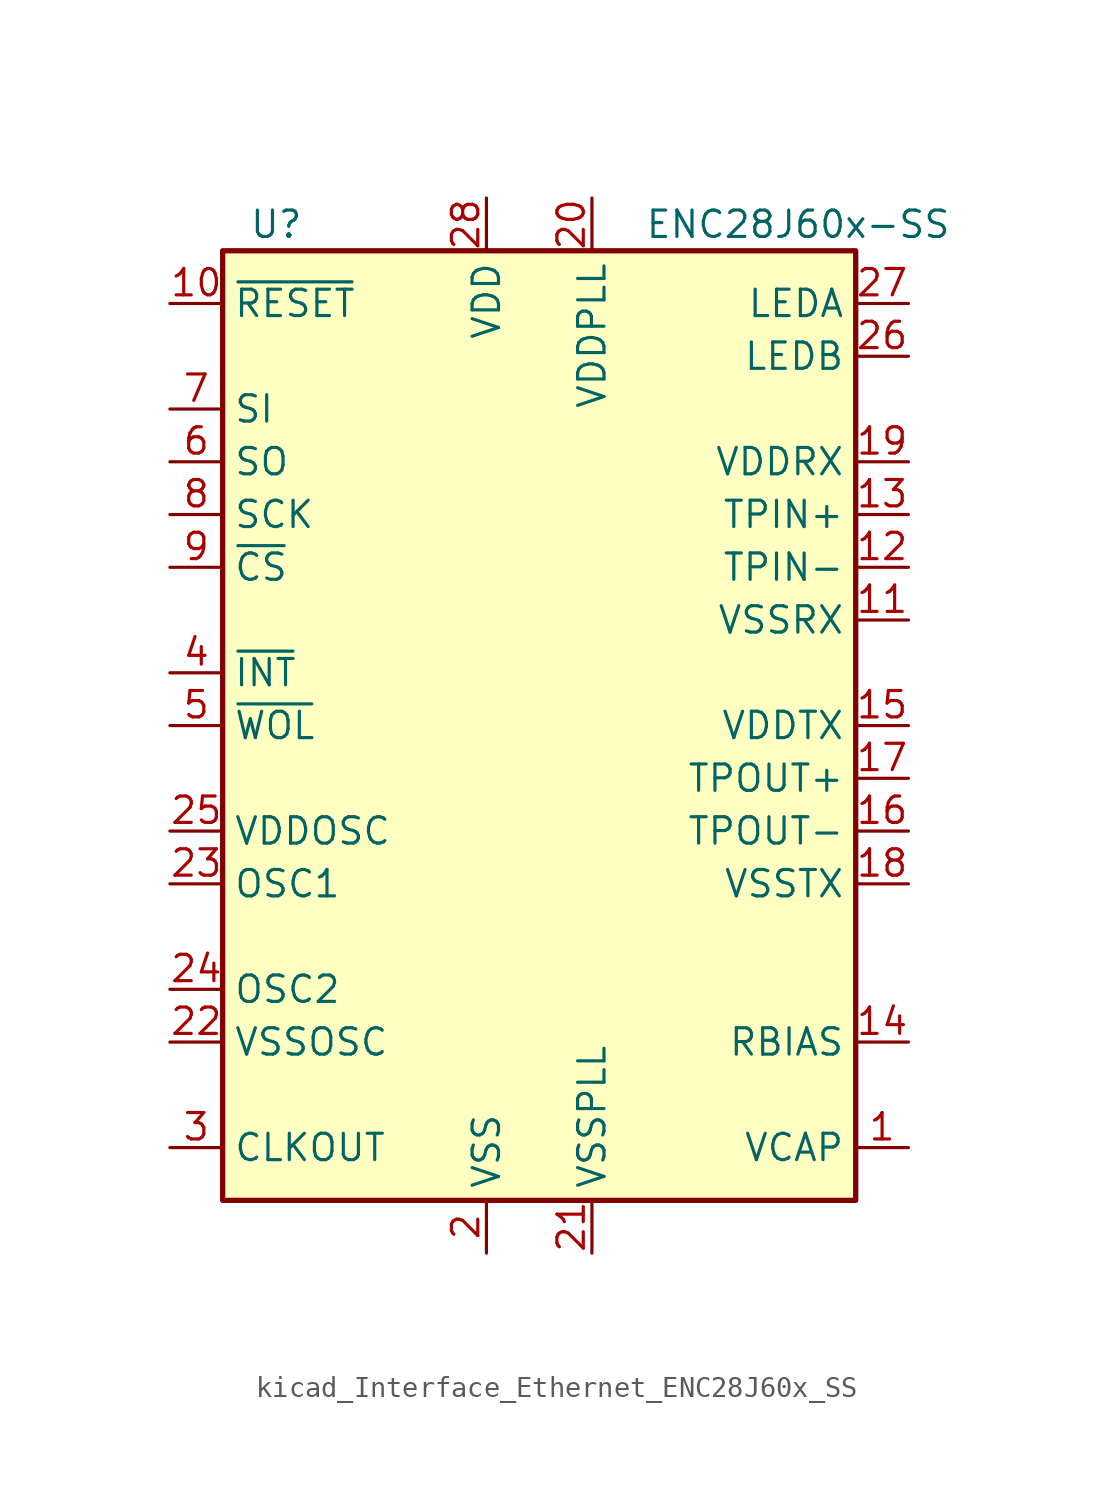
<source format=kicad_sym>
(kicad_symbol_lib
  (version 20220914)
  (generator kicad_symbol_editor)
  (symbol "kicad_Interface_Ethernet_ENC28J60x_SS"
    (property "Reference" "U"
      (at -13.97 24.13 0)
      (effects (font (size 1.27 1.27)) (justify left)))
    (property "Value" "ENC28J60x-SS"
      (at 5.08 24.13 0)
      (effects (font (size 1.27 1.27)) (justify left)))
    (symbol "kicad_Interface_Ethernet_ENC28J60x_SS_0_1"
      (rectangle (start -15.24 22.86) (end 15.24 -22.86) (stroke (width 0.254) (type default)) (fill (type background))))
    (symbol "kicad_Interface_Ethernet_ENC28J60x_SS_1_1"
      (pin input line (at 17.78 -20.32 180) (length 2.54) (name "VCAP" (effects (font (size 1.27 1.27)))) (number "1" (effects (font (size 1.27 1.27)))))
      (pin input line (at -17.78 20.32 0) (length 2.54) (name "~{RESET}" (effects (font (size 1.27 1.27)))) (number "10" (effects (font (size 1.27 1.27)))))
      (pin power_in line (at 17.78 5.08 180) (length 2.54) (name "VSSRX" (effects (font (size 1.27 1.27)))) (number "11" (effects (font (size 1.27 1.27)))))
      (pin input line (at 17.78 7.62 180) (length 2.54) (name "TPIN-" (effects (font (size 1.27 1.27)))) (number "12" (effects (font (size 1.27 1.27)))))
      (pin input line (at 17.78 10.16 180) (length 2.54) (name "TPIN+" (effects (font (size 1.27 1.27)))) (number "13" (effects (font (size 1.27 1.27)))))
      (pin input line (at 17.78 -15.24 180) (length 2.54) (name "RBIAS" (effects (font (size 1.27 1.27)))) (number "14" (effects (font (size 1.27 1.27)))))
      (pin power_in line (at 17.78 0 180) (length 2.54) (name "VDDTX" (effects (font (size 1.27 1.27)))) (number "15" (effects (font (size 1.27 1.27)))))
      (pin output line (at 17.78 -5.08 180) (length 2.54) (name "TPOUT-" (effects (font (size 1.27 1.27)))) (number "16" (effects (font (size 1.27 1.27)))))
      (pin output line (at 17.78 -2.54 180) (length 2.54) (name "TPOUT+" (effects (font (size 1.27 1.27)))) (number "17" (effects (font (size 1.27 1.27)))))
      (pin power_in line (at 17.78 -7.62 180) (length 2.54) (name "VSSTX" (effects (font (size 1.27 1.27)))) (number "18" (effects (font (size 1.27 1.27)))))
      (pin power_in line (at 17.78 12.7 180) (length 2.54) (name "VDDRX" (effects (font (size 1.27 1.27)))) (number "19" (effects (font (size 1.27 1.27)))))
      (pin power_in line (at -2.54 -25.4 90) (length 2.54) (name "VSS" (effects (font (size 1.27 1.27)))) (number "2" (effects (font (size 1.27 1.27)))))
      (pin power_in line (at 2.54 25.4 270) (length 2.54) (name "VDDPLL" (effects (font (size 1.27 1.27)))) (number "20" (effects (font (size 1.27 1.27)))))
      (pin power_in line (at 2.54 -25.4 90) (length 2.54) (name "VSSPLL" (effects (font (size 1.27 1.27)))) (number "21" (effects (font (size 1.27 1.27)))))
      (pin power_in line (at -17.78 -15.24 0) (length 2.54) (name "VSSOSC" (effects (font (size 1.27 1.27)))) (number "22" (effects (font (size 1.27 1.27)))))
      (pin input line (at -17.78 -7.62 0) (length 2.54) (name "OSC1" (effects (font (size 1.27 1.27)))) (number "23" (effects (font (size 1.27 1.27)))))
      (pin input line (at -17.78 -12.7 0) (length 2.54) (name "OSC2" (effects (font (size 1.27 1.27)))) (number "24" (effects (font (size 1.27 1.27)))))
      (pin power_in line (at -17.78 -5.08 0) (length 2.54) (name "VDDOSC" (effects (font (size 1.27 1.27)))) (number "25" (effects (font (size 1.27 1.27)))))
      (pin output line (at 17.78 17.78 180) (length 2.54) (name "LEDB" (effects (font (size 1.27 1.27)))) (number "26" (effects (font (size 1.27 1.27)))))
      (pin output line (at 17.78 20.32 180) (length 2.54) (name "LEDA" (effects (font (size 1.27 1.27)))) (number "27" (effects (font (size 1.27 1.27)))))
      (pin power_in line (at -2.54 25.4 270) (length 2.54) (name "VDD" (effects (font (size 1.27 1.27)))) (number "28" (effects (font (size 1.27 1.27)))))
      (pin output line (at -17.78 -20.32 0) (length 2.54) (name "CLKOUT" (effects (font (size 1.27 1.27)))) (number "3" (effects (font (size 1.27 1.27)))))
      (pin output line (at -17.78 2.54 0) (length 2.54) (name "~{INT}" (effects (font (size 1.27 1.27)))) (number "4" (effects (font (size 1.27 1.27)))))
      (pin output line (at -17.78 0 0) (length 2.54) (name "~{WOL}" (effects (font (size 1.27 1.27)))) (number "5" (effects (font (size 1.27 1.27)))))
      (pin output line (at -17.78 12.7 0) (length 2.54) (name "SO" (effects (font (size 1.27 1.27)))) (number "6" (effects (font (size 1.27 1.27)))))
      (pin input line (at -17.78 15.24 0) (length 2.54) (name "SI" (effects (font (size 1.27 1.27)))) (number "7" (effects (font (size 1.27 1.27)))))
      (pin input line (at -17.78 10.16 0) (length 2.54) (name "SCK" (effects (font (size 1.27 1.27)))) (number "8" (effects (font (size 1.27 1.27)))))
      (pin input line (at -17.78 7.62 0) (length 2.54) (name "~{CS}" (effects (font (size 1.27 1.27)))) (number "9" (effects (font (size 1.27 1.27))))))))
</source>
